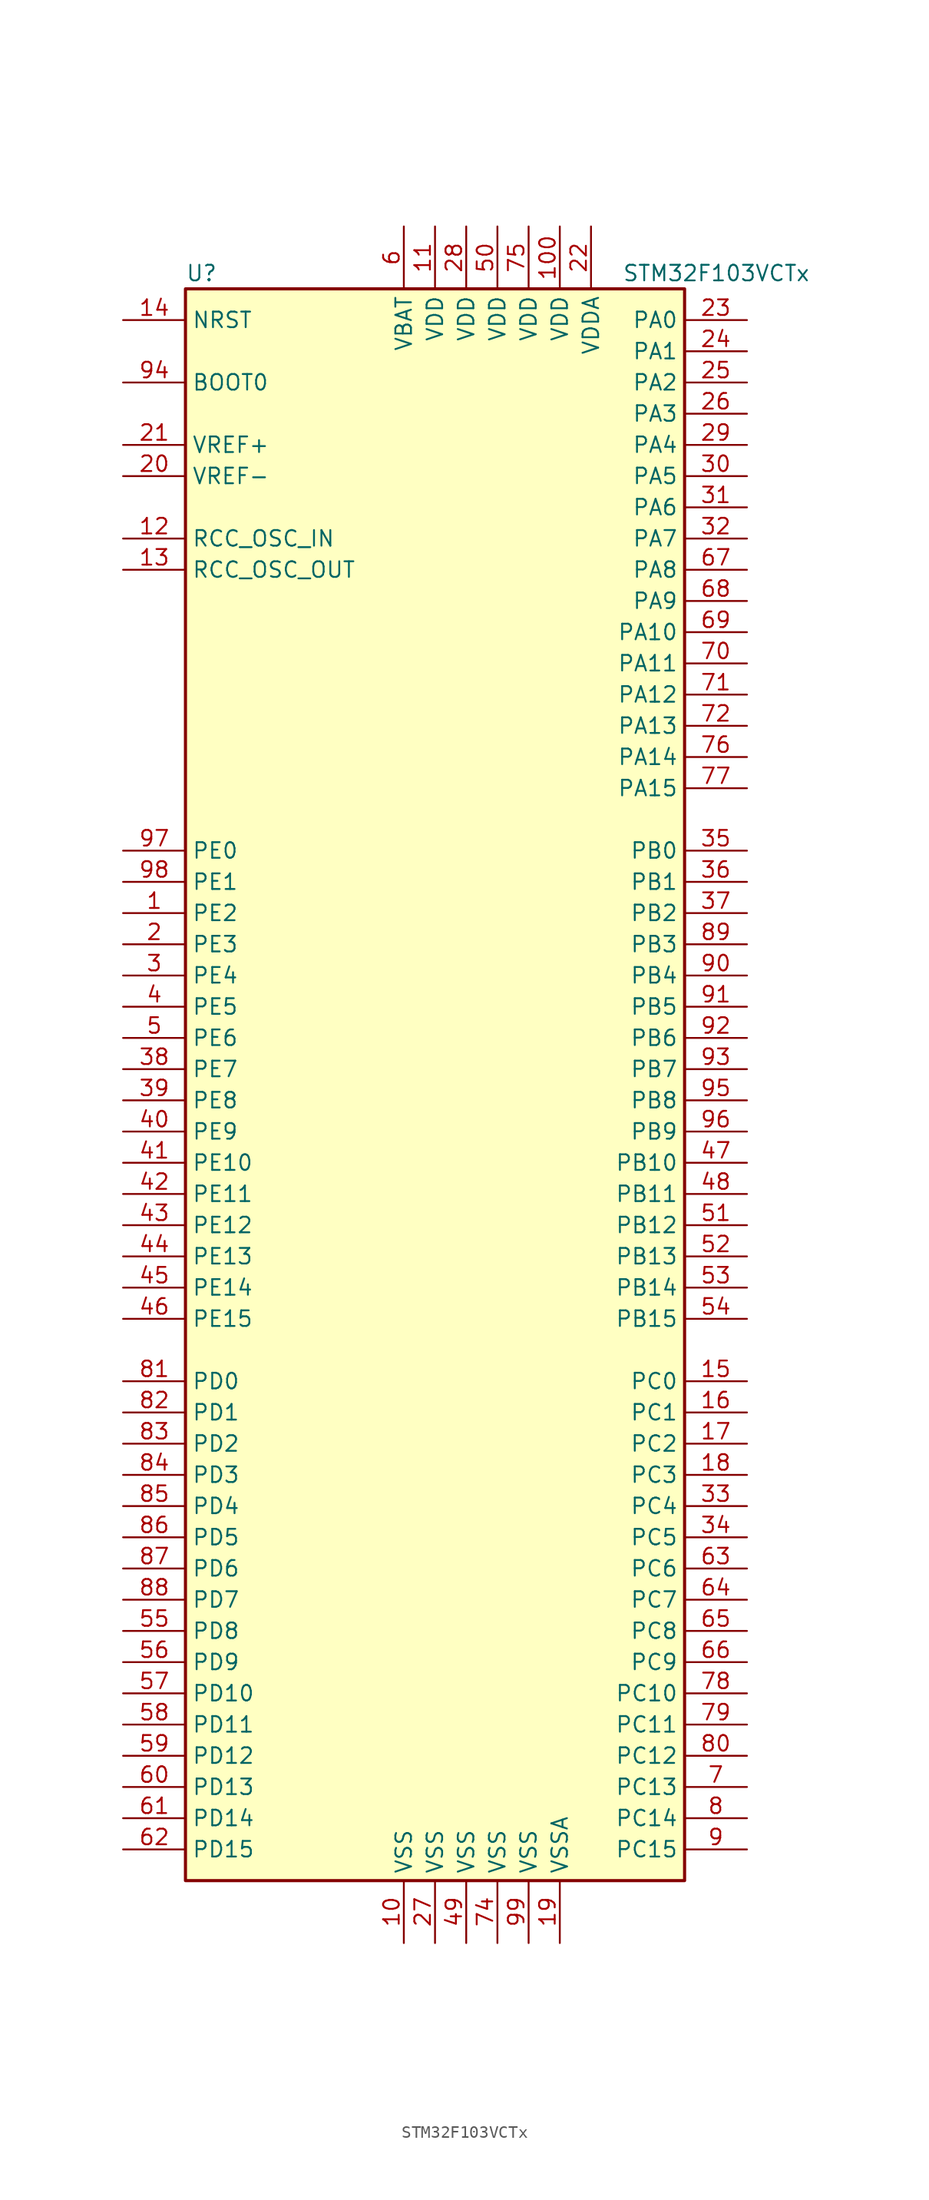
<source format=kicad_sym>
(kicad_symbol_lib
  (version 20200908)
  (generator kicad_symbol_editor)
  (symbol "MCU_ST_STM32F1:STM32F103VCTx"
    (property "Reference" "U"
      (at -20.32 64.77 0)
      (effects (font (size 1.27 1.27)) (justify left)))
    (property "Value" "STM32F103VCTx"
      (at 15.24 64.77 0)
      (effects (font (size 1.27 1.27)) (justify left)))
    (symbol "STM32F103VCTx_0_1"
      (rectangle (start -20.32 -66.04) (end 20.32 63.5) (stroke (width 0.254)) (fill (type background))))
    (symbol "STM32F103VCTx_1_1"
      (pin input line (at -25.4 55.88 0) (length 5.08) (name "BOOT0" (effects (font (size 1.27 1.27)))) (number "94" (effects (font (size 1.27 1.27)))))
      (pin unconnected line (at -20.32 -63.5 0) (length 5.08) hide (name "NC" (effects (font (size 1.27 1.27)))) (number "73" (effects (font (size 1.27 1.27)))))
      (pin input line (at -25.4 60.96 0) (length 5.08) (name "NRST" (effects (font (size 1.27 1.27)))) (number "14" (effects (font (size 1.27 1.27)))))
      (pin bidirectional line (at 25.4 60.96 180) (length 5.08) (name "PA0" (effects (font (size 1.27 1.27)))) (number "23" (effects (font (size 1.27 1.27)))))
      (pin bidirectional line (at 25.4 58.42 180) (length 5.08) (name "PA1" (effects (font (size 1.27 1.27)))) (number "24" (effects (font (size 1.27 1.27)))))
      (pin bidirectional line (at 25.4 35.56 180) (length 5.08) (name "PA10" (effects (font (size 1.27 1.27)))) (number "69" (effects (font (size 1.27 1.27)))))
      (pin bidirectional line (at 25.4 33.02 180) (length 5.08) (name "PA11" (effects (font (size 1.27 1.27)))) (number "70" (effects (font (size 1.27 1.27)))))
      (pin bidirectional line (at 25.4 30.48 180) (length 5.08) (name "PA12" (effects (font (size 1.27 1.27)))) (number "71" (effects (font (size 1.27 1.27)))))
      (pin bidirectional line (at 25.4 27.94 180) (length 5.08) (name "PA13" (effects (font (size 1.27 1.27)))) (number "72" (effects (font (size 1.27 1.27)))))
      (pin bidirectional line (at 25.4 25.4 180) (length 5.08) (name "PA14" (effects (font (size 1.27 1.27)))) (number "76" (effects (font (size 1.27 1.27)))))
      (pin bidirectional line (at 25.4 22.86 180) (length 5.08) (name "PA15" (effects (font (size 1.27 1.27)))) (number "77" (effects (font (size 1.27 1.27)))))
      (pin bidirectional line (at 25.4 55.88 180) (length 5.08) (name "PA2" (effects (font (size 1.27 1.27)))) (number "25" (effects (font (size 1.27 1.27)))))
      (pin bidirectional line (at 25.4 53.34 180) (length 5.08) (name "PA3" (effects (font (size 1.27 1.27)))) (number "26" (effects (font (size 1.27 1.27)))))
      (pin bidirectional line (at 25.4 50.8 180) (length 5.08) (name "PA4" (effects (font (size 1.27 1.27)))) (number "29" (effects (font (size 1.27 1.27)))))
      (pin bidirectional line (at 25.4 48.26 180) (length 5.08) (name "PA5" (effects (font (size 1.27 1.27)))) (number "30" (effects (font (size 1.27 1.27)))))
      (pin bidirectional line (at 25.4 45.72 180) (length 5.08) (name "PA6" (effects (font (size 1.27 1.27)))) (number "31" (effects (font (size 1.27 1.27)))))
      (pin bidirectional line (at 25.4 43.18 180) (length 5.08) (name "PA7" (effects (font (size 1.27 1.27)))) (number "32" (effects (font (size 1.27 1.27)))))
      (pin bidirectional line (at 25.4 40.64 180) (length 5.08) (name "PA8" (effects (font (size 1.27 1.27)))) (number "67" (effects (font (size 1.27 1.27)))))
      (pin bidirectional line (at 25.4 38.1 180) (length 5.08) (name "PA9" (effects (font (size 1.27 1.27)))) (number "68" (effects (font (size 1.27 1.27)))))
      (pin bidirectional line (at 25.4 17.78 180) (length 5.08) (name "PB0" (effects (font (size 1.27 1.27)))) (number "35" (effects (font (size 1.27 1.27)))))
      (pin bidirectional line (at 25.4 15.24 180) (length 5.08) (name "PB1" (effects (font (size 1.27 1.27)))) (number "36" (effects (font (size 1.27 1.27)))))
      (pin bidirectional line (at 25.4 -7.62 180) (length 5.08) (name "PB10" (effects (font (size 1.27 1.27)))) (number "47" (effects (font (size 1.27 1.27)))))
      (pin bidirectional line (at 25.4 -10.16 180) (length 5.08) (name "PB11" (effects (font (size 1.27 1.27)))) (number "48" (effects (font (size 1.27 1.27)))))
      (pin bidirectional line (at 25.4 -12.7 180) (length 5.08) (name "PB12" (effects (font (size 1.27 1.27)))) (number "51" (effects (font (size 1.27 1.27)))))
      (pin bidirectional line (at 25.4 -15.24 180) (length 5.08) (name "PB13" (effects (font (size 1.27 1.27)))) (number "52" (effects (font (size 1.27 1.27)))))
      (pin bidirectional line (at 25.4 -17.78 180) (length 5.08) (name "PB14" (effects (font (size 1.27 1.27)))) (number "53" (effects (font (size 1.27 1.27)))))
      (pin bidirectional line (at 25.4 -20.32 180) (length 5.08) (name "PB15" (effects (font (size 1.27 1.27)))) (number "54" (effects (font (size 1.27 1.27)))))
      (pin bidirectional line (at 25.4 12.7 180) (length 5.08) (name "PB2" (effects (font (size 1.27 1.27)))) (number "37" (effects (font (size 1.27 1.27)))))
      (pin bidirectional line (at 25.4 10.16 180) (length 5.08) (name "PB3" (effects (font (size 1.27 1.27)))) (number "89" (effects (font (size 1.27 1.27)))))
      (pin bidirectional line (at 25.4 7.62 180) (length 5.08) (name "PB4" (effects (font (size 1.27 1.27)))) (number "90" (effects (font (size 1.27 1.27)))))
      (pin bidirectional line (at 25.4 5.08 180) (length 5.08) (name "PB5" (effects (font (size 1.27 1.27)))) (number "91" (effects (font (size 1.27 1.27)))))
      (pin bidirectional line (at 25.4 2.54 180) (length 5.08) (name "PB6" (effects (font (size 1.27 1.27)))) (number "92" (effects (font (size 1.27 1.27)))))
      (pin bidirectional line (at 25.4 0 180) (length 5.08) (name "PB7" (effects (font (size 1.27 1.27)))) (number "93" (effects (font (size 1.27 1.27)))))
      (pin bidirectional line (at 25.4 -2.54 180) (length 5.08) (name "PB8" (effects (font (size 1.27 1.27)))) (number "95" (effects (font (size 1.27 1.27)))))
      (pin bidirectional line (at 25.4 -5.08 180) (length 5.08) (name "PB9" (effects (font (size 1.27 1.27)))) (number "96" (effects (font (size 1.27 1.27)))))
      (pin bidirectional line (at 25.4 -25.4 180) (length 5.08) (name "PC0" (effects (font (size 1.27 1.27)))) (number "15" (effects (font (size 1.27 1.27)))))
      (pin bidirectional line (at 25.4 -27.94 180) (length 5.08) (name "PC1" (effects (font (size 1.27 1.27)))) (number "16" (effects (font (size 1.27 1.27)))))
      (pin bidirectional line (at 25.4 -50.8 180) (length 5.08) (name "PC10" (effects (font (size 1.27 1.27)))) (number "78" (effects (font (size 1.27 1.27)))))
      (pin bidirectional line (at 25.4 -53.34 180) (length 5.08) (name "PC11" (effects (font (size 1.27 1.27)))) (number "79" (effects (font (size 1.27 1.27)))))
      (pin bidirectional line (at 25.4 -55.88 180) (length 5.08) (name "PC12" (effects (font (size 1.27 1.27)))) (number "80" (effects (font (size 1.27 1.27)))))
      (pin bidirectional line (at 25.4 -58.42 180) (length 5.08) (name "PC13" (effects (font (size 1.27 1.27)))) (number "7" (effects (font (size 1.27 1.27)))))
      (pin bidirectional line (at 25.4 -60.96 180) (length 5.08) (name "PC14" (effects (font (size 1.27 1.27)))) (number "8" (effects (font (size 1.27 1.27)))))
      (pin bidirectional line (at 25.4 -63.5 180) (length 5.08) (name "PC15" (effects (font (size 1.27 1.27)))) (number "9" (effects (font (size 1.27 1.27)))))
      (pin bidirectional line (at 25.4 -30.48 180) (length 5.08) (name "PC2" (effects (font (size 1.27 1.27)))) (number "17" (effects (font (size 1.27 1.27)))))
      (pin bidirectional line (at 25.4 -33.02 180) (length 5.08) (name "PC3" (effects (font (size 1.27 1.27)))) (number "18" (effects (font (size 1.27 1.27)))))
      (pin bidirectional line (at 25.4 -35.56 180) (length 5.08) (name "PC4" (effects (font (size 1.27 1.27)))) (number "33" (effects (font (size 1.27 1.27)))))
      (pin bidirectional line (at 25.4 -38.1 180) (length 5.08) (name "PC5" (effects (font (size 1.27 1.27)))) (number "34" (effects (font (size 1.27 1.27)))))
      (pin bidirectional line (at 25.4 -40.64 180) (length 5.08) (name "PC6" (effects (font (size 1.27 1.27)))) (number "63" (effects (font (size 1.27 1.27)))))
      (pin bidirectional line (at 25.4 -43.18 180) (length 5.08) (name "PC7" (effects (font (size 1.27 1.27)))) (number "64" (effects (font (size 1.27 1.27)))))
      (pin bidirectional line (at 25.4 -45.72 180) (length 5.08) (name "PC8" (effects (font (size 1.27 1.27)))) (number "65" (effects (font (size 1.27 1.27)))))
      (pin bidirectional line (at 25.4 -48.26 180) (length 5.08) (name "PC9" (effects (font (size 1.27 1.27)))) (number "66" (effects (font (size 1.27 1.27)))))
      (pin bidirectional line (at -25.4 -25.4 0) (length 5.08) (name "PD0" (effects (font (size 1.27 1.27)))) (number "81" (effects (font (size 1.27 1.27)))))
      (pin bidirectional line (at -25.4 -27.94 0) (length 5.08) (name "PD1" (effects (font (size 1.27 1.27)))) (number "82" (effects (font (size 1.27 1.27)))))
      (pin bidirectional line (at -25.4 -50.8 0) (length 5.08) (name "PD10" (effects (font (size 1.27 1.27)))) (number "57" (effects (font (size 1.27 1.27)))))
      (pin bidirectional line (at -25.4 -53.34 0) (length 5.08) (name "PD11" (effects (font (size 1.27 1.27)))) (number "58" (effects (font (size 1.27 1.27)))))
      (pin bidirectional line (at -25.4 -55.88 0) (length 5.08) (name "PD12" (effects (font (size 1.27 1.27)))) (number "59" (effects (font (size 1.27 1.27)))))
      (pin bidirectional line (at -25.4 -58.42 0) (length 5.08) (name "PD13" (effects (font (size 1.27 1.27)))) (number "60" (effects (font (size 1.27 1.27)))))
      (pin bidirectional line (at -25.4 -60.96 0) (length 5.08) (name "PD14" (effects (font (size 1.27 1.27)))) (number "61" (effects (font (size 1.27 1.27)))))
      (pin bidirectional line (at -25.4 -63.5 0) (length 5.08) (name "PD15" (effects (font (size 1.27 1.27)))) (number "62" (effects (font (size 1.27 1.27)))))
      (pin bidirectional line (at -25.4 -30.48 0) (length 5.08) (name "PD2" (effects (font (size 1.27 1.27)))) (number "83" (effects (font (size 1.27 1.27)))))
      (pin bidirectional line (at -25.4 -33.02 0) (length 5.08) (name "PD3" (effects (font (size 1.27 1.27)))) (number "84" (effects (font (size 1.27 1.27)))))
      (pin bidirectional line (at -25.4 -35.56 0) (length 5.08) (name "PD4" (effects (font (size 1.27 1.27)))) (number "85" (effects (font (size 1.27 1.27)))))
      (pin bidirectional line (at -25.4 -38.1 0) (length 5.08) (name "PD5" (effects (font (size 1.27 1.27)))) (number "86" (effects (font (size 1.27 1.27)))))
      (pin bidirectional line (at -25.4 -40.64 0) (length 5.08) (name "PD6" (effects (font (size 1.27 1.27)))) (number "87" (effects (font (size 1.27 1.27)))))
      (pin bidirectional line (at -25.4 -43.18 0) (length 5.08) (name "PD7" (effects (font (size 1.27 1.27)))) (number "88" (effects (font (size 1.27 1.27)))))
      (pin bidirectional line (at -25.4 -45.72 0) (length 5.08) (name "PD8" (effects (font (size 1.27 1.27)))) (number "55" (effects (font (size 1.27 1.27)))))
      (pin bidirectional line (at -25.4 -48.26 0) (length 5.08) (name "PD9" (effects (font (size 1.27 1.27)))) (number "56" (effects (font (size 1.27 1.27)))))
      (pin bidirectional line (at -25.4 17.78 0) (length 5.08) (name "PE0" (effects (font (size 1.27 1.27)))) (number "97" (effects (font (size 1.27 1.27)))))
      (pin bidirectional line (at -25.4 15.24 0) (length 5.08) (name "PE1" (effects (font (size 1.27 1.27)))) (number "98" (effects (font (size 1.27 1.27)))))
      (pin bidirectional line (at -25.4 -7.62 0) (length 5.08) (name "PE10" (effects (font (size 1.27 1.27)))) (number "41" (effects (font (size 1.27 1.27)))))
      (pin bidirectional line (at -25.4 -10.16 0) (length 5.08) (name "PE11" (effects (font (size 1.27 1.27)))) (number "42" (effects (font (size 1.27 1.27)))))
      (pin bidirectional line (at -25.4 -12.7 0) (length 5.08) (name "PE12" (effects (font (size 1.27 1.27)))) (number "43" (effects (font (size 1.27 1.27)))))
      (pin bidirectional line (at -25.4 -15.24 0) (length 5.08) (name "PE13" (effects (font (size 1.27 1.27)))) (number "44" (effects (font (size 1.27 1.27)))))
      (pin bidirectional line (at -25.4 -17.78 0) (length 5.08) (name "PE14" (effects (font (size 1.27 1.27)))) (number "45" (effects (font (size 1.27 1.27)))))
      (pin bidirectional line (at -25.4 -20.32 0) (length 5.08) (name "PE15" (effects (font (size 1.27 1.27)))) (number "46" (effects (font (size 1.27 1.27)))))
      (pin bidirectional line (at -25.4 12.7 0) (length 5.08) (name "PE2" (effects (font (size 1.27 1.27)))) (number "1" (effects (font (size 1.27 1.27)))))
      (pin bidirectional line (at -25.4 10.16 0) (length 5.08) (name "PE3" (effects (font (size 1.27 1.27)))) (number "2" (effects (font (size 1.27 1.27)))))
      (pin bidirectional line (at -25.4 7.62 0) (length 5.08) (name "PE4" (effects (font (size 1.27 1.27)))) (number "3" (effects (font (size 1.27 1.27)))))
      (pin bidirectional line (at -25.4 5.08 0) (length 5.08) (name "PE5" (effects (font (size 1.27 1.27)))) (number "4" (effects (font (size 1.27 1.27)))))
      (pin bidirectional line (at -25.4 2.54 0) (length 5.08) (name "PE6" (effects (font (size 1.27 1.27)))) (number "5" (effects (font (size 1.27 1.27)))))
      (pin bidirectional line (at -25.4 0 0) (length 5.08) (name "PE7" (effects (font (size 1.27 1.27)))) (number "38" (effects (font (size 1.27 1.27)))))
      (pin bidirectional line (at -25.4 -2.54 0) (length 5.08) (name "PE8" (effects (font (size 1.27 1.27)))) (number "39" (effects (font (size 1.27 1.27)))))
      (pin bidirectional line (at -25.4 -5.08 0) (length 5.08) (name "PE9" (effects (font (size 1.27 1.27)))) (number "40" (effects (font (size 1.27 1.27)))))
      (pin input line (at -25.4 43.18 0) (length 5.08) (name "RCC_OSC_IN" (effects (font (size 1.27 1.27)))) (number "12" (effects (font (size 1.27 1.27)))))
      (pin input line (at -25.4 40.64 0) (length 5.08) (name "RCC_OSC_OUT" (effects (font (size 1.27 1.27)))) (number "13" (effects (font (size 1.27 1.27)))))
      (pin power_in line (at -2.54 68.58 270) (length 5.08) (name "VBAT" (effects (font (size 1.27 1.27)))) (number "6" (effects (font (size 1.27 1.27)))))
      (pin power_in line (at 10.16 68.58 270) (length 5.08) (name "VDD" (effects (font (size 1.27 1.27)))) (number "100" (effects (font (size 1.27 1.27)))))
      (pin power_in line (at 0 68.58 270) (length 5.08) (name "VDD" (effects (font (size 1.27 1.27)))) (number "11" (effects (font (size 1.27 1.27)))))
      (pin power_in line (at 2.54 68.58 270) (length 5.08) (name "VDD" (effects (font (size 1.27 1.27)))) (number "28" (effects (font (size 1.27 1.27)))))
      (pin power_in line (at 5.08 68.58 270) (length 5.08) (name "VDD" (effects (font (size 1.27 1.27)))) (number "50" (effects (font (size 1.27 1.27)))))
      (pin power_in line (at 7.62 68.58 270) (length 5.08) (name "VDD" (effects (font (size 1.27 1.27)))) (number "75" (effects (font (size 1.27 1.27)))))
      (pin power_in line (at 12.7 68.58 270) (length 5.08) (name "VDDA" (effects (font (size 1.27 1.27)))) (number "22" (effects (font (size 1.27 1.27)))))
      (pin power_in line (at -25.4 50.8 0) (length 5.08) (name "VREF+" (effects (font (size 1.27 1.27)))) (number "21" (effects (font (size 1.27 1.27)))))
      (pin power_in line (at -25.4 48.26 0) (length 5.08) (name "VREF-" (effects (font (size 1.27 1.27)))) (number "20" (effects (font (size 1.27 1.27)))))
      (pin power_in line (at -2.54 -71.12 90) (length 5.08) (name "VSS" (effects (font (size 1.27 1.27)))) (number "10" (effects (font (size 1.27 1.27)))))
      (pin power_in line (at 0 -71.12 90) (length 5.08) (name "VSS" (effects (font (size 1.27 1.27)))) (number "27" (effects (font (size 1.27 1.27)))))
      (pin power_in line (at 2.54 -71.12 90) (length 5.08) (name "VSS" (effects (font (size 1.27 1.27)))) (number "49" (effects (font (size 1.27 1.27)))))
      (pin power_in line (at 5.08 -71.12 90) (length 5.08) (name "VSS" (effects (font (size 1.27 1.27)))) (number "74" (effects (font (size 1.27 1.27)))))
      (pin power_in line (at 7.62 -71.12 90) (length 5.08) (name "VSS" (effects (font (size 1.27 1.27)))) (number "99" (effects (font (size 1.27 1.27)))))
      (pin power_in line (at 10.16 -71.12 90) (length 5.08) (name "VSSA" (effects (font (size 1.27 1.27)))) (number "19" (effects (font (size 1.27 1.27))))))))
</source>
